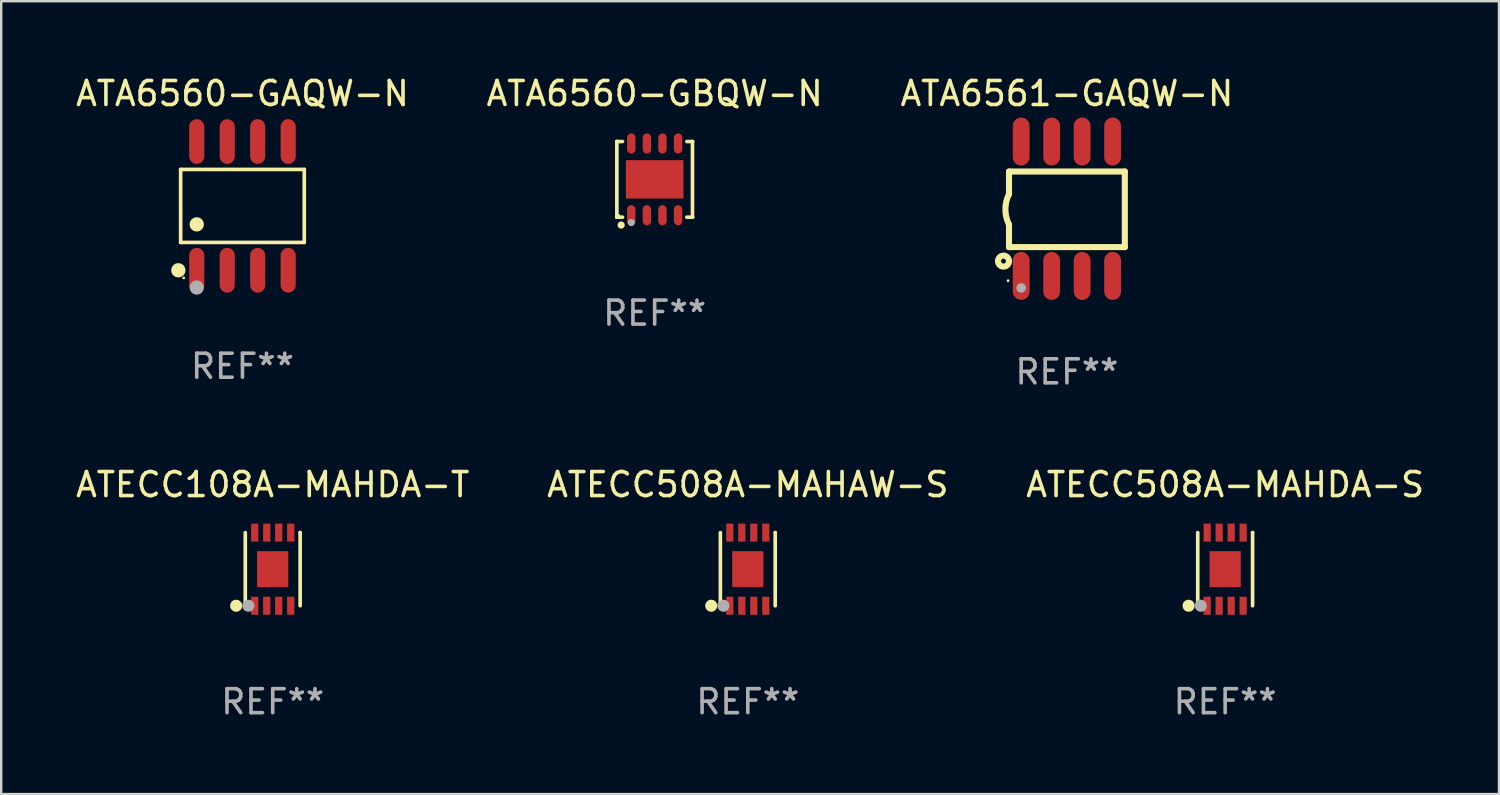
<source format=kicad_pcb>
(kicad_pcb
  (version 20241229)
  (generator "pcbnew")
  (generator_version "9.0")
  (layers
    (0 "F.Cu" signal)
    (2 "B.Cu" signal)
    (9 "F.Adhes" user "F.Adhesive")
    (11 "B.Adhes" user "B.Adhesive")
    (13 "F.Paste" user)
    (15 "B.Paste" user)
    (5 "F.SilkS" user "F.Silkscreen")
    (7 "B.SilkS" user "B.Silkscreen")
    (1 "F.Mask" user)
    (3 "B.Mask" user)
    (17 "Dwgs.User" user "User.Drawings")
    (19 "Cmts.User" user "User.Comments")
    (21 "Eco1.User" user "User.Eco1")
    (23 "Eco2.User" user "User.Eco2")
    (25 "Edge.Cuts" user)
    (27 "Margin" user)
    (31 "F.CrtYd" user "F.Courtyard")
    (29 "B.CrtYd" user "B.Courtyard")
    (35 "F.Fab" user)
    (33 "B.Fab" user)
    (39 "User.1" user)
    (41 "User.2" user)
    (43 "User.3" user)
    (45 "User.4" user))
  (footprint "ATA6560-GBQW-N"
    (layer "F.Cu")
    (at 24.232 4.424)
    (property "Reference" "ATA6560-GBQW-N" (at 0 -3.576 0) (layer "F.SilkS") (effects (font (size 1 1) (thickness 0.15))))
    (attr through_hole)
    (fp_line (start -1.576 -1.576) (end -1.576 -1.576) (stroke (width 0.152) (type solid)) (layer "F.SilkS"))
    (fp_line (start -1.576 -1.576) (end -1.341 -1.576) (stroke (width 0.152) (type solid)) (layer "F.SilkS"))
    (fp_line (start -1.576 1.576) (end -1.576 -1.576) (stroke (width 0.152) (type solid)) (layer "F.SilkS"))
    (fp_line (start -1.576 1.576) (end -1.576 1.576) (stroke (width 0.152) (type solid)) (layer "F.SilkS"))
    (fp_line (start -1.341 1.576) (end -1.576 1.576) (stroke (width 0.152) (type solid)) (layer "F.SilkS"))
    (fp_line (start 1.341 1.576) (end 1.576 1.576) (stroke (width 0.152) (type solid)) (layer "F.SilkS"))
    (fp_line (start 1.576 -1.576) (end 1.341 -1.576) (stroke (width 0.152) (type solid)) (layer "F.SilkS"))
    (fp_line (start 1.576 -1.576) (end 1.576 -1.576) (stroke (width 0.152) (type solid)) (layer "F.SilkS"))
    (fp_line (start 1.576 1.576) (end 1.576 -1.576) (stroke (width 0.152) (type solid)) (layer "F.SilkS"))
    (fp_line (start 1.576 1.576) (end 1.576 1.576) (stroke (width 0.152) (type solid)) (layer "F.SilkS"))
    (fp_circle (center -1.5 1.5) (end -1.47 1.5) (stroke (width 0.06) (type solid)) (fill no) (layer "F.SilkS"))
    (fp_circle (center -1.397 1.905) (end -1.322 1.905) (stroke (width 0.15) (type solid)) (fill no) (layer "F.SilkS"))
    (fp_circle (center -0.975 1.8) (end -0.9 1.8) (stroke (width 0.15) (type solid)) (fill no) (layer "F.Fab"))
    (fp_text user "REF**" (at 0 5.576 0) (layer "F.Fab") (effects (font (size 1 1) (thickness 0.15))))
    (pad "1" smd oval (at -0.975 1.495) (size 0.35 0.84) (layers "F.Cu" "F.Mask" "F.Paste"))
    (pad "2" smd oval (at -0.325 1.495) (size 0.35 0.84) (layers "F.Cu" "F.Mask" "F.Paste"))
    (pad "3" smd oval (at 0.325 1.495) (size 0.35 0.84) (layers "F.Cu" "F.Mask" "F.Paste"))
    (pad "4" smd oval (at 0.975 1.495) (size 0.35 0.84) (layers "F.Cu" "F.Mask" "F.Paste"))
    (pad "5" smd oval (at 0.975 -1.495) (size 0.35 0.84) (layers "F.Cu" "F.Mask" "F.Paste"))
    (pad "6" smd oval (at 0.325 -1.495) (size 0.35 0.84) (layers "F.Cu" "F.Mask" "F.Paste"))
    (pad "7" smd oval (at -0.325 -1.495) (size 0.35 0.84) (layers "F.Cu" "F.Mask" "F.Paste"))
    (pad "8" smd oval (at -0.975 -1.495) (size 0.35 0.84) (layers "F.Cu" "F.Mask" "F.Paste"))
    (pad "9" smd rect (at 0 0) (size 2.4 1.6) (layers "F.Cu" "F.Mask" "F.Paste")))
  (footprint "ATA6561-GAQW-N"
    (layer "F.Cu")
    (at 41.411 5.648)
    (property "Reference" "ATA6561-GAQW-N" (at 0 -4.8 0) (layer "F.SilkS") (effects (font (size 1 1) (thickness 0.15))))
    (attr through_hole)
    (fp_line (start -2.413 -1.55) (end -2.413 -0.61) (stroke (width 0.254) (type solid)) (layer "F.SilkS"))
    (fp_line (start -2.413 0.66) (end -2.413 1.6) (stroke (width 0.254) (type solid)) (layer "F.SilkS"))
    (fp_line (start -2.413 1.6) (end 2.413 1.6) (stroke (width 0.254) (type solid)) (layer "F.SilkS"))
    (fp_line (start 2.413 -1.55) (end -2.413 -1.55) (stroke (width 0.254) (type solid)) (layer "F.SilkS"))
    (fp_line (start 2.413 1.6) (end 2.413 -1.55) (stroke (width 0.254) (type solid)) (layer "F.SilkS"))
    (fp_arc (start -2.413005 0.6603) (mid -2.562909 0.025298) (end -2.413005 -0.609703) (stroke (width 0.254001) (type solid)) (layer "F.SilkS"))
    (fp_circle (center -2.642 2.184) (end -2.54 2.184) (stroke (width 0.254) (type solid)) (fill no) (layer "F.SilkS"))
    (fp_circle (center -2.45 3) (end -2.42 3) (stroke (width 0.06) (type solid)) (fill no) (layer "F.SilkS"))
    (fp_circle (center -1.905 3.302) (end -1.805 3.302) (stroke (width 0.2) (type solid)) (fill no) (layer "F.Fab"))
    (fp_text user "REF**" (at 0 6.8 0) (layer "F.Fab") (effects (font (size 1 1) (thickness 0.15))))
    (pad "1" smd oval (at -1.905 2.8 180) (size 0.7 2) (layers "F.Cu" "F.Mask" "F.Paste"))
    (pad "2" smd oval (at -0.635 2.8 180) (size 0.7 2) (layers "F.Cu" "F.Mask" "F.Paste"))
    (pad "3" smd oval (at 0.635 2.8 180) (size 0.7 2) (layers "F.Cu" "F.Mask" "F.Paste"))
    (pad "4" smd oval (at 1.905 2.8 180) (size 0.7 2) (layers "F.Cu" "F.Mask" "F.Paste"))
    (pad "5" smd oval (at 1.905 -2.8 180) (size 0.7 2) (layers "F.Cu" "F.Mask" "F.Paste"))
    (pad "6" smd oval (at 0.635 -2.8 180) (size 0.7 2) (layers "F.Cu" "F.Mask" "F.Paste"))
    (pad "7" smd oval (at -0.635 -2.8 180) (size 0.7 2) (layers "F.Cu" "F.Mask" "F.Paste"))
    (pad "8" smd oval (at -1.905 -2.8 180) (size 0.7 2) (layers "F.Cu" "F.Mask" "F.Paste")))
  (footprint "ATA6560-GAQW-N"
    (layer "F.Cu")
    (at 7.054 5.531)
    (property "Reference" "ATA6560-GAQW-N" (at 0 -4.682 0) (layer "F.SilkS") (effects (font (size 1 1) (thickness 0.15))))
    (attr through_hole)
    (fp_line (start -2.576 -1.521) (end 2.576 -1.521) (stroke (width 0.152) (type solid)) (layer "F.SilkS"))
    (fp_line (start -2.576 1.521) (end -2.576 -1.521) (stroke (width 0.152) (type solid)) (layer "F.SilkS"))
    (fp_line (start 2.576 -1.521) (end 2.576 1.521) (stroke (width 0.152) (type solid)) (layer "F.SilkS"))
    (fp_line (start 2.576 1.521) (end -2.576 1.521) (stroke (width 0.152) (type solid)) (layer "F.SilkS"))
    (fp_circle (center -2.672 2.682) (end -2.522 2.682) (stroke (width 0.3) (type solid)) (fill no) (layer "F.SilkS"))
    (fp_circle (center -2.45 3) (end -2.42 3) (stroke (width 0.06) (type solid)) (fill no) (layer "F.SilkS"))
    (fp_circle (center -1.905 0.769) (end -1.755 0.769) (stroke (width 0.3) (type solid)) (fill no) (layer "F.SilkS"))
    (fp_circle (center -1.905 3.4) (end -1.755 3.4) (stroke (width 0.3) (type solid)) (fill no) (layer "F.Fab"))
    (fp_text user "REF**" (at 0 6.682 0) (layer "F.Fab") (effects (font (size 1 1) (thickness 0.15))))
    (pad "1" smd oval (at -1.905 2.682) (size 0.63 1.865) (layers "F.Cu" "F.Mask" "F.Paste"))
    (pad "2" smd oval (at -0.635 2.682) (size 0.63 1.865) (layers "F.Cu" "F.Mask" "F.Paste"))
    (pad "3" smd oval (at 0.635 2.682) (size 0.63 1.865) (layers "F.Cu" "F.Mask" "F.Paste"))
    (pad "4" smd oval (at 1.905 2.682) (size 0.63 1.865) (layers "F.Cu" "F.Mask" "F.Paste"))
    (pad "5" smd oval (at 1.905 -2.682) (size 0.63 1.865) (layers "F.Cu" "F.Mask" "F.Paste"))
    (pad "6" smd oval (at 0.635 -2.682) (size 0.63 1.865) (layers "F.Cu" "F.Mask" "F.Paste"))
    (pad "7" smd oval (at -0.635 -2.682) (size 0.63 1.865) (layers "F.Cu" "F.Mask" "F.Paste"))
    (pad "8" smd oval (at -1.905 -2.682) (size 0.63 1.865) (layers "F.Cu" "F.Mask" "F.Paste")))
  (footprint "ATECC108A-MAHDA-T"
    (layer "F.Cu")
    (at 8.315 20.669)
    (property "Reference" "ATECC108A-MAHDA-T" (at 0 -3.524 0) (layer "F.SilkS") (effects (font (size 1 1) (thickness 0.15))))
    (attr through_hole)
    (fp_line (start -1.143 1.524) (end -1.143 1.524) (stroke (width 0.152) (type solid)) (layer "F.SilkS"))
    (fp_line (start -1.143 1.524) (end -1.143 -1.524) (stroke (width 0.152) (type solid)) (layer "F.SilkS"))
    (fp_line (start 1.143 -1.524) (end 1.143 1.524) (stroke (width 0.152) (type solid)) (layer "F.SilkS"))
    (fp_line (start 1.143 -1.524) (end 1.143 -1.524) (stroke (width 0.152) (type solid)) (layer "F.SilkS"))
    (fp_circle (center -1.524 1.524) (end -1.397 1.524) (stroke (width 0.254) (type solid)) (fill no) (layer "F.SilkS"))
    (fp_circle (center -1 1.5) (end -0.97 1.5) (stroke (width 0.06) (type solid)) (fill no) (layer "F.SilkS"))
    (fp_circle (center -1.016 1.524) (end -0.889 1.524) (stroke (width 0.254) (type solid)) (fill no) (layer "F.Fab"))
    (fp_text user "REF**" (at 0 5.524 0) (layer "F.Fab") (effects (font (size 1 1) (thickness 0.15))))
    (pad "1" smd rect (at -0.75 1.524) (size 0.3 0.75) (layers "F.Cu" "F.Mask" "F.Paste"))
    (pad "2" smd rect (at -0.25 1.524) (size 0.3 0.75) (layers "F.Cu" "F.Mask" "F.Paste"))
    (pad "3" smd rect (at 0.25 1.524) (size 0.3 0.75) (layers "F.Cu" "F.Mask" "F.Paste"))
    (pad "4" smd rect (at 0.75 1.524) (size 0.3 0.75) (layers "F.Cu" "F.Mask" "F.Paste"))
    (pad "5" smd rect (at 0.75 -1.524) (size 0.3 0.75) (layers "F.Cu" "F.Mask" "F.Paste"))
    (pad "6" smd rect (at 0.25 -1.524) (size 0.3 0.75) (layers "F.Cu" "F.Mask" "F.Paste"))
    (pad "7" smd rect (at -0.25 -1.524) (size 0.3 0.75) (layers "F.Cu" "F.Mask" "F.Paste"))
    (pad "8" smd rect (at -0.75 -1.524) (size 0.3 0.75) (layers "F.Cu" "F.Mask" "F.Paste"))
    (pad "9" smd rect (at -0.000254 0) (size 1.3 1.5) (layers "F.Cu" "F.Mask" "F.Paste")))
  (footprint "ATECC508A-MAHDA-S"
    (layer "F.Cu")
    (at 48.006 20.669)
    (property "Reference" "ATECC508A-MAHDA-S" (at 0 -3.524 0) (layer "F.SilkS") (effects (font (size 1 1) (thickness 0.15))))
    (attr through_hole)
    (fp_line (start -1.143 1.524) (end -1.143 1.524) (stroke (width 0.152) (type solid)) (layer "F.SilkS"))
    (fp_line (start -1.143 1.524) (end -1.143 -1.524) (stroke (width 0.152) (type solid)) (layer "F.SilkS"))
    (fp_line (start 1.143 -1.524) (end 1.143 1.524) (stroke (width 0.152) (type solid)) (layer "F.SilkS"))
    (fp_line (start 1.143 -1.524) (end 1.143 -1.524) (stroke (width 0.152) (type solid)) (layer "F.SilkS"))
    (fp_circle (center -1.524 1.524) (end -1.397 1.524) (stroke (width 0.254) (type solid)) (fill no) (layer "F.SilkS"))
    (fp_circle (center -1 1.5) (end -0.97 1.5) (stroke (width 0.06) (type solid)) (fill no) (layer "F.SilkS"))
    (fp_circle (center -1.016 1.524) (end -0.889 1.524) (stroke (width 0.254) (type solid)) (fill no) (layer "F.Fab"))
    (fp_text user "REF**" (at 0 5.524 0) (layer "F.Fab") (effects (font (size 1 1) (thickness 0.15))))
    (pad "1" smd rect (at -0.75 1.524) (size 0.3 0.75) (layers "F.Cu" "F.Mask" "F.Paste"))
    (pad "2" smd rect (at -0.25 1.524) (size 0.3 0.75) (layers "F.Cu" "F.Mask" "F.Paste"))
    (pad "3" smd rect (at 0.25 1.524) (size 0.3 0.75) (layers "F.Cu" "F.Mask" "F.Paste"))
    (pad "4" smd rect (at 0.75 1.524) (size 0.3 0.75) (layers "F.Cu" "F.Mask" "F.Paste"))
    (pad "5" smd rect (at 0.75 -1.524) (size 0.3 0.75) (layers "F.Cu" "F.Mask" "F.Paste"))
    (pad "6" smd rect (at 0.25 -1.524) (size 0.3 0.75) (layers "F.Cu" "F.Mask" "F.Paste"))
    (pad "7" smd rect (at -0.25 -1.524) (size 0.3 0.75) (layers "F.Cu" "F.Mask" "F.Paste"))
    (pad "8" smd rect (at -0.75 -1.524) (size 0.3 0.75) (layers "F.Cu" "F.Mask" "F.Paste"))
    (pad "9" smd rect (at -0.000254 0) (size 1.3 1.5) (layers "F.Cu" "F.Mask" "F.Paste")))
  (footprint "ATECC508A-MAHAW-S"
    (layer "F.Cu")
    (at 28.113 20.669)
    (property "Reference" "ATECC508A-MAHAW-S" (at 0 -3.524 0) (layer "F.SilkS") (effects (font (size 1 1) (thickness 0.15))))
    (attr through_hole)
    (fp_line (start -1.143 1.524) (end -1.143 1.524) (stroke (width 0.152) (type solid)) (layer "F.SilkS"))
    (fp_line (start -1.143 1.524) (end -1.143 -1.524) (stroke (width 0.152) (type solid)) (layer "F.SilkS"))
    (fp_line (start 1.143 -1.524) (end 1.143 1.524) (stroke (width 0.152) (type solid)) (layer "F.SilkS"))
    (fp_line (start 1.143 -1.524) (end 1.143 -1.524) (stroke (width 0.152) (type solid)) (layer "F.SilkS"))
    (fp_circle (center -1.524 1.524) (end -1.397 1.524) (stroke (width 0.254) (type solid)) (fill no) (layer "F.SilkS"))
    (fp_circle (center -1 1.5) (end -0.97 1.5) (stroke (width 0.06) (type solid)) (fill no) (layer "F.SilkS"))
    (fp_circle (center -1.016 1.524) (end -0.889 1.524) (stroke (width 0.254) (type solid)) (fill no) (layer "F.Fab"))
    (fp_text user "REF**" (at 0 5.524 0) (layer "F.Fab") (effects (font (size 1 1) (thickness 0.15))))
    (pad "1" smd rect (at -0.75 1.524) (size 0.3 0.75) (layers "F.Cu" "F.Mask" "F.Paste"))
    (pad "2" smd rect (at -0.25 1.524) (size 0.3 0.75) (layers "F.Cu" "F.Mask" "F.Paste"))
    (pad "3" smd rect (at 0.25 1.524) (size 0.3 0.75) (layers "F.Cu" "F.Mask" "F.Paste"))
    (pad "4" smd rect (at 0.75 1.524) (size 0.3 0.75) (layers "F.Cu" "F.Mask" "F.Paste"))
    (pad "5" smd rect (at 0.75 -1.524) (size 0.3 0.75) (layers "F.Cu" "F.Mask" "F.Paste"))
    (pad "6" smd rect (at 0.25 -1.524) (size 0.3 0.75) (layers "F.Cu" "F.Mask" "F.Paste"))
    (pad "7" smd rect (at -0.25 -1.524) (size 0.3 0.75) (layers "F.Cu" "F.Mask" "F.Paste"))
    (pad "8" smd rect (at -0.75 -1.524) (size 0.3 0.75) (layers "F.Cu" "F.Mask" "F.Paste"))
    (pad "9" smd rect (at -0.000254 0) (size 1.3 1.5) (layers "F.Cu" "F.Mask" "F.Paste")))
  (gr_rect
    (start -3 -3)
    (end 59.417 30.041)
    (stroke (width 0.1) (type default))
    (fill no)
    (layer "Edge.Cuts")))
</source>
